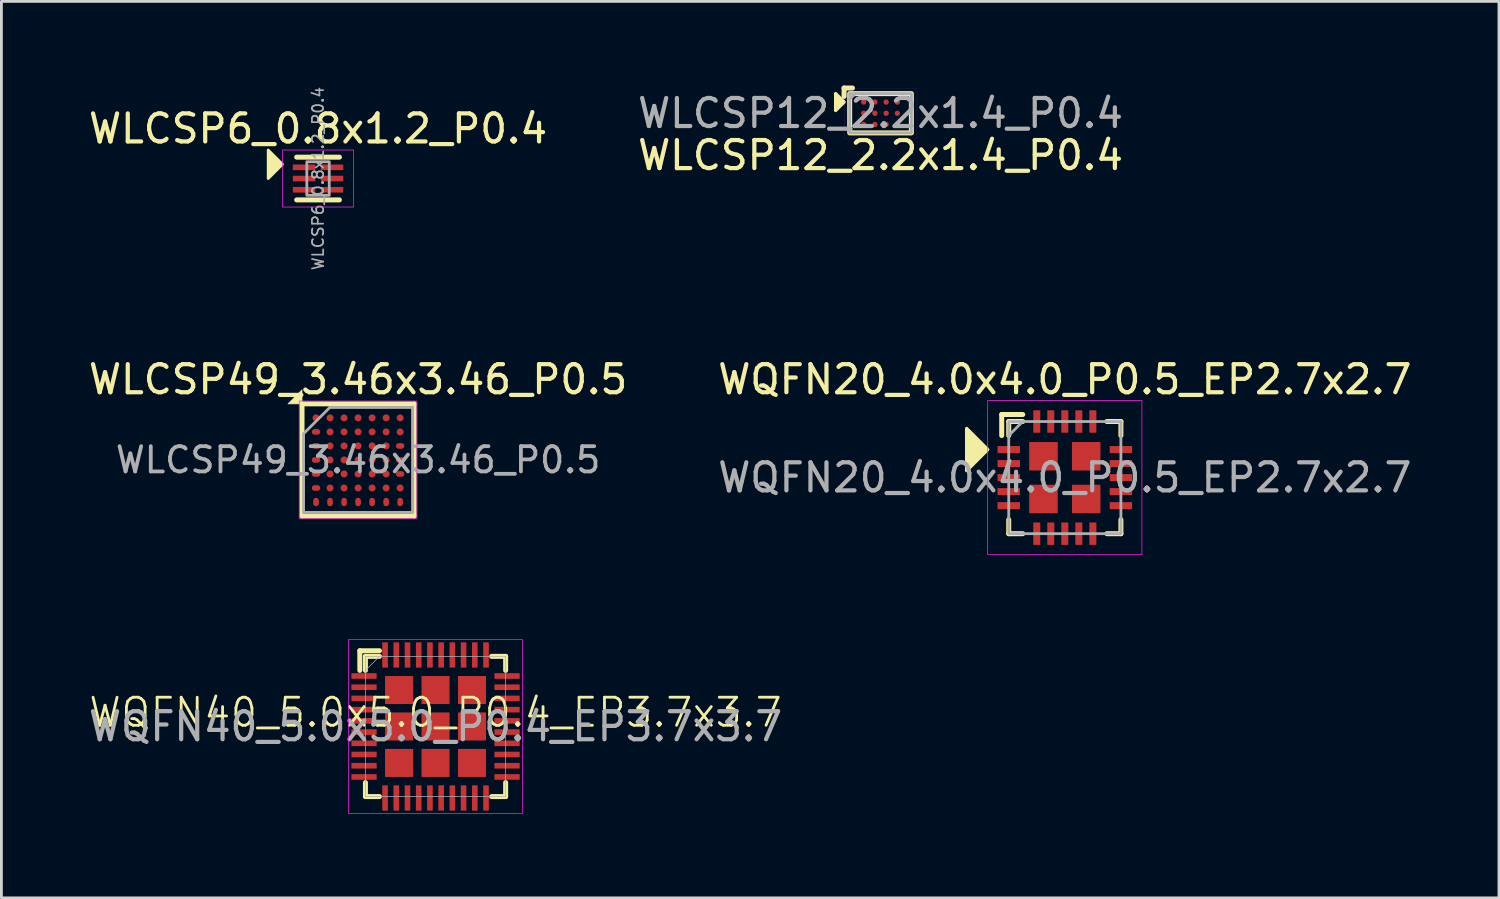
<source format=kicad_pcb>
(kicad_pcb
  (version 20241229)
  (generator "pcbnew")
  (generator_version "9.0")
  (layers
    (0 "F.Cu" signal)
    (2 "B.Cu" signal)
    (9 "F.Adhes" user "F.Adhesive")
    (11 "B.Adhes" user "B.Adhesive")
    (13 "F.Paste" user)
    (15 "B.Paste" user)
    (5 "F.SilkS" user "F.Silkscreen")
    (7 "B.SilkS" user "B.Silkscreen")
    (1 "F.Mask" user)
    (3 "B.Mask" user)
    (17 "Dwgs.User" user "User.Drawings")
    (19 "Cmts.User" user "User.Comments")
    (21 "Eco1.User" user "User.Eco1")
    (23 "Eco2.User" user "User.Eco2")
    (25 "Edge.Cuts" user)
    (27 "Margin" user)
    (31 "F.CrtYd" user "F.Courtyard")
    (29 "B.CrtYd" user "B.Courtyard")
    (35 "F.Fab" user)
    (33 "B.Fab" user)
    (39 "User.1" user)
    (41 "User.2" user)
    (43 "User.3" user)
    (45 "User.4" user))
  (footprint "WLCSP49_3.46x3.46_P0.5"
    (layer "F.Cu")
    (at 9.72 13.352)
    (property "Reference" "WLCSP49_3.46x3.46_P0.5" (at 0 -2.87 0) (layer "F.SilkS") (effects (font (size 1 1) (thickness 0.15))))
    (attr smd)
    (fp_line (start -2 -2) (end 2 -2) (stroke (width 0.178) (type solid)) (layer "F.SilkS"))
    (fp_line (start -2 2) (end -2 -2) (stroke (width 0.178) (type solid)) (layer "F.SilkS"))
    (fp_line (start 2 -2) (end 2 2) (stroke (width 0.178) (type solid)) (layer "F.SilkS"))
    (fp_line (start 2 2) (end -2 2) (stroke (width 0.178) (type solid)) (layer "F.SilkS"))
    (fp_poly (pts (xy -2.5 -2) (xy -2 -2) (xy -2 -2.5)) (stroke (width 0.025) (type solid)) (fill yes) (layer "F.SilkS"))
    (fp_rect (start -2.1 -2.1) (end 2.1 2.1) (stroke (width 0.025) (type solid)) (fill no) (layer "F.CrtYd"))
    (fp_line (start -1.945 -0.935) (end -1.01 -1.87) (stroke (width 0.1) (type solid)) (layer "F.Fab"))
    (fp_line (start -1.945 1.87) (end -1.945 -0.935) (stroke (width 0.1) (type solid)) (layer "F.Fab"))
    (fp_line (start -1.01 -1.87) (end 1.945 -1.87) (stroke (width 0.1) (type solid)) (layer "F.Fab"))
    (fp_line (start 1.945 -1.87) (end 1.945 1.87) (stroke (width 0.1) (type solid)) (layer "F.Fab"))
    (fp_line (start 1.945 1.87) (end -1.945 1.87) (stroke (width 0.1) (type solid)) (layer "F.Fab"))
    (fp_text user "${REFERENCE}" (at 0 0 0) (layer "F.Fab") (effects (font (size 0.9 0.9) (thickness 0.135))))
    (pad "A1" smd circle (at -1.5 -1.5) (size 0.25 0.25) (layers "F.Cu" "F.Mask" "F.Paste"))
    (pad "A2" smd circle (at -1 -1.5) (size 0.25 0.25) (layers "F.Cu" "F.Mask" "F.Paste"))
    (pad "A3" smd circle (at -0.5 -1.5) (size 0.25 0.25) (layers "F.Cu" "F.Mask" "F.Paste"))
    (pad "A4" smd circle (at 0 -1.5) (size 0.25 0.25) (layers "F.Cu" "F.Mask" "F.Paste"))
    (pad "A5" smd circle (at 0.5 -1.5) (size 0.25 0.25) (layers "F.Cu" "F.Mask" "F.Paste"))
    (pad "A6" smd circle (at 1 -1.5) (size 0.25 0.25) (layers "F.Cu" "F.Mask" "F.Paste"))
    (pad "A7" smd circle (at 1.5 -1.5) (size 0.25 0.25) (layers "F.Cu" "F.Mask" "F.Paste"))
    (pad "B1" smd oval (at -1.5 -1) (size 0.3 0.2) (layers "F.Cu" "F.Mask" "F.Paste"))
    (pad "B2" smd circle (at -1 -1) (size 0.25 0.25) (layers "F.Cu" "F.Mask" "F.Paste"))
    (pad "B3" smd circle (at -0.5 -1) (size 0.25 0.25) (layers "F.Cu" "F.Mask" "F.Paste"))
    (pad "B4" smd circle (at 0 -1) (size 0.25 0.25) (layers "F.Cu" "F.Mask" "F.Paste"))
    (pad "B5" smd circle (at 0.5 -1) (size 0.25 0.25) (layers "F.Cu" "F.Mask" "F.Paste"))
    (pad "B6" smd circle (at 1 -1) (size 0.25 0.25) (layers "F.Cu" "F.Mask" "F.Paste"))
    (pad "B7" smd circle (at 1.5 -1) (size 0.25 0.25) (layers "F.Cu" "F.Mask" "F.Paste"))
    (pad "C1" smd oval (at -1.5 -0.5) (size 0.3 0.2) (layers "F.Cu" "F.Mask" "F.Paste"))
    (pad "C2" smd circle (at -1 -0.5) (size 0.25 0.25) (layers "F.Cu" "F.Mask" "F.Paste"))
    (pad "C3" smd circle (at -0.5 -0.5) (size 0.25 0.25) (layers "F.Cu" "F.Mask" "F.Paste"))
    (pad "C4" smd circle (at 0 -0.5) (size 0.25 0.25) (layers "F.Cu" "F.Mask" "F.Paste"))
    (pad "C5" smd circle (at 0.5 -0.5) (size 0.25 0.25) (layers "F.Cu" "F.Mask" "F.Paste"))
    (pad "C6" smd circle (at 1 -0.5) (size 0.25 0.25) (layers "F.Cu" "F.Mask" "F.Paste"))
    (pad "C7" smd oval (at 1.5 -0.5) (size 0.3 0.2) (layers "F.Cu" "F.Mask" "F.Paste"))
    (pad "D1" smd oval (at -1.5 0) (size 0.3 0.2) (layers "F.Cu" "F.Mask" "F.Paste"))
    (pad "D2" smd circle (at -1 0) (size 0.25 0.25) (layers "F.Cu" "F.Mask" "F.Paste"))
    (pad "D3" smd circle (at -0.5 0) (size 0.25 0.25) (layers "F.Cu" "F.Mask" "F.Paste"))
    (pad "D4" smd circle (at 0 0) (size 0.25 0.25) (layers "F.Cu" "F.Mask" "F.Paste"))
    (pad "D5" smd circle (at 0.5 0) (size 0.25 0.25) (layers "F.Cu" "F.Mask" "F.Paste"))
    (pad "D6" smd circle (at 1 0) (size 0.25 0.25) (layers "F.Cu" "F.Mask" "F.Paste"))
    (pad "D7" smd oval (at 1.5 0) (size 0.3 0.2) (layers "F.Cu" "F.Mask" "F.Paste"))
    (pad "E1" smd oval (at -1.5 0.5) (size 0.3 0.2) (layers "F.Cu" "F.Mask" "F.Paste"))
    (pad "E2" smd circle (at -1 0.5) (size 0.25 0.25) (layers "F.Cu" "F.Mask" "F.Paste"))
    (pad "E3" smd circle (at -0.5 0.5) (size 0.25 0.25) (layers "F.Cu" "F.Mask" "F.Paste"))
    (pad "E4" smd circle (at 0 0.5) (size 0.25 0.25) (layers "F.Cu" "F.Mask" "F.Paste"))
    (pad "E5" smd circle (at 0.5 0.5) (size 0.25 0.25) (layers "F.Cu" "F.Mask" "F.Paste"))
    (pad "E6" smd circle (at 1 0.5) (size 0.25 0.25) (layers "F.Cu" "F.Mask" "F.Paste"))
    (pad "E7" smd oval (at 1.5 0.5) (size 0.3 0.2) (layers "F.Cu" "F.Mask" "F.Paste"))
    (pad "F1" smd oval (at -1.5 1) (size 0.3 0.2) (layers "F.Cu" "F.Mask" "F.Paste"))
    (pad "F2" smd circle (at -1 1) (size 0.25 0.25) (layers "F.Cu" "F.Mask" "F.Paste"))
    (pad "F3" smd circle (at -0.5 1) (size 0.25 0.25) (layers "F.Cu" "F.Mask" "F.Paste"))
    (pad "F4" smd circle (at 0 1) (size 0.25 0.25) (layers "F.Cu" "F.Mask" "F.Paste"))
    (pad "F5" smd circle (at 0.5 1) (size 0.25 0.25) (layers "F.Cu" "F.Mask" "F.Paste"))
    (pad "F6" smd circle (at 1 1) (size 0.25 0.25) (layers "F.Cu" "F.Mask" "F.Paste"))
    (pad "F7" smd circle (at 1.5 1) (size 0.25 0.25) (layers "F.Cu" "F.Mask" "F.Paste"))
    (pad "G1" smd oval (at -1.5 1.5) (size 0.2 0.3) (layers "F.Cu" "F.Mask" "F.Paste"))
    (pad "G2" smd oval (at -1 1.5) (size 0.2 0.3) (layers "F.Cu" "F.Mask" "F.Paste"))
    (pad "G3" smd oval (at -0.5 1.5) (size 0.2 0.3) (layers "F.Cu" "F.Mask" "F.Paste"))
    (pad "G4" smd oval (at 0 1.5) (size 0.2 0.3) (layers "F.Cu" "F.Mask" "F.Paste"))
    (pad "G5" smd oval (at 0.5 1.5) (size 0.2 0.3) (layers "F.Cu" "F.Mask" "F.Paste"))
    (pad "G6" smd oval (at 1 1.5) (size 0.2 0.3) (layers "F.Cu" "F.Mask" "F.Paste"))
    (pad "G7" smd oval (at 1.5 1.5) (size 0.2 0.3) (layers "F.Cu" "F.Mask" "F.Paste")))
  (footprint "WQFN40_5.0x5.0_P0.4_EP3.7x3.7"
    (layer "F.Cu")
    (at 12.482 22.857)
    (property "Reference" "WQFN40_5.0x5.0_P0.4_EP3.7x3.7" (at 0 -0.5 0) (unlocked yes) (layer "F.SilkS") (effects (font (size 1 1) (thickness 0.1))))
    (attr smd)
    (fp_line (start -2.7 -2.7) (end -2 -2.7) (stroke (width 0.178) (type default)) (layer "F.SilkS"))
    (fp_line (start -2.7 -2) (end -2.7 -2.7) (stroke (width 0.178) (type default)) (layer "F.SilkS"))
    (fp_line (start -2.5 -2.5) (end -2 -2.5) (stroke (width 0.178) (type default)) (layer "F.SilkS"))
    (fp_line (start -2.5 -2) (end -2.5 -2.5) (stroke (width 0.178) (type default)) (layer "F.SilkS"))
    (fp_line (start -2.5 2.5) (end -2.5 2) (stroke (width 0.178) (type default)) (layer "F.SilkS"))
    (fp_line (start -2 2.5) (end -2.5 2.5) (stroke (width 0.178) (type default)) (layer "F.SilkS"))
    (fp_line (start 2 -2.5) (end 2.5 -2.5) (stroke (width 0.178) (type default)) (layer "F.SilkS"))
    (fp_line (start 2 2.5) (end 2.5 2.5) (stroke (width 0.178) (type default)) (layer "F.SilkS"))
    (fp_line (start 2.5 -2.5) (end 2.5 -2) (stroke (width 0.178) (type default)) (layer "F.SilkS"))
    (fp_line (start 2.5 2.5) (end 2.5 2) (stroke (width 0.178) (type default)) (layer "F.SilkS"))
    (fp_rect (start -3.1 3.1) (end 3.1 -3.1) (stroke (width 0.025) (type default)) (fill no) (layer "F.CrtYd"))
    (fp_line (start -2.5 -2) (end -2 -2.5) (stroke (width 0.025) (type default)) (layer "F.Fab"))
    (fp_rect (start -2.5 2.5) (end 2.5 -2.5) (stroke (width 0.025) (type default)) (fill no) (layer "F.Fab"))
    (fp_text user "${REFERENCE}" (at 0 0 0) (unlocked yes) (layer "F.Fab") (effects (font (size 1 1) (thickness 0.15))))
    (pad "1" smd rect (at -2.55 -1.8) (size 0.9 0.2) (layers "F.Cu" "F.Mask" "F.Paste"))
    (pad "2" smd rect (at -2.55 -1.4) (size 0.9 0.2) (layers "F.Cu" "F.Mask" "F.Paste"))
    (pad "3" smd rect (at -2.55 -1) (size 0.9 0.2) (layers "F.Cu" "F.Mask" "F.Paste"))
    (pad "4" smd rect (at -2.55 -0.6) (size 0.9 0.2) (layers "F.Cu" "F.Mask" "F.Paste"))
    (pad "5" smd rect (at -2.55 -0.2) (size 0.9 0.2) (layers "F.Cu" "F.Mask" "F.Paste"))
    (pad "6" smd rect (at -2.55 0.2) (size 0.9 0.2) (layers "F.Cu" "F.Mask" "F.Paste"))
    (pad "7" smd rect (at -2.55 0.6) (size 0.9 0.2) (layers "F.Cu" "F.Mask" "F.Paste"))
    (pad "8" smd rect (at -2.55 1) (size 0.9 0.2) (layers "F.Cu" "F.Mask" "F.Paste"))
    (pad "9" smd rect (at -2.55 1.4) (size 0.9 0.2) (layers "F.Cu" "F.Mask" "F.Paste"))
    (pad "10" smd rect (at -2.55 1.8) (size 0.9 0.2) (layers "F.Cu" "F.Mask" "F.Paste"))
    (pad "11" smd rect (at -1.8 2.55) (size 0.2 0.9) (layers "F.Cu" "F.Mask" "F.Paste"))
    (pad "12" smd rect (at -1.4 2.55) (size 0.2 0.9) (layers "F.Cu" "F.Mask" "F.Paste"))
    (pad "13" smd rect (at -1 2.55) (size 0.2 0.9) (layers "F.Cu" "F.Mask" "F.Paste"))
    (pad "14" smd rect (at -0.6 2.55) (size 0.2 0.9) (layers "F.Cu" "F.Mask" "F.Paste"))
    (pad "15" smd rect (at -0.2 2.55) (size 0.2 0.9) (layers "F.Cu" "F.Mask" "F.Paste"))
    (pad "16" smd rect (at 0.2 2.55) (size 0.2 0.9) (layers "F.Cu" "F.Mask" "F.Paste"))
    (pad "17" smd rect (at 0.6 2.55) (size 0.2 0.9) (layers "F.Cu" "F.Mask" "F.Paste"))
    (pad "18" smd rect (at 1 2.55) (size 0.2 0.9) (layers "F.Cu" "F.Mask" "F.Paste"))
    (pad "19" smd rect (at 1.4 2.55) (size 0.2 0.9) (layers "F.Cu" "F.Mask" "F.Paste"))
    (pad "20" smd rect (at 1.8 2.55) (size 0.2 0.9) (layers "F.Cu" "F.Mask" "F.Paste"))
    (pad "21" smd rect (at 2.55 1.8) (size 0.9 0.2) (layers "F.Cu" "F.Mask" "F.Paste"))
    (pad "22" smd rect (at 2.55 1.4) (size 0.9 0.2) (layers "F.Cu" "F.Mask" "F.Paste"))
    (pad "23" smd rect (at 2.55 1) (size 0.9 0.2) (layers "F.Cu" "F.Mask" "F.Paste"))
    (pad "24" smd rect (at 2.55 0.6) (size 0.9 0.2) (layers "F.Cu" "F.Mask" "F.Paste"))
    (pad "25" smd rect (at 2.55 0.2) (size 0.9 0.2) (layers "F.Cu" "F.Mask" "F.Paste"))
    (pad "26" smd rect (at 2.55 -0.2) (size 0.9 0.2) (layers "F.Cu" "F.Mask" "F.Paste"))
    (pad "27" smd rect (at 2.55 -0.6) (size 0.9 0.2) (layers "F.Cu" "F.Mask" "F.Paste"))
    (pad "28" smd rect (at 2.55 -1) (size 0.9 0.2) (layers "F.Cu" "F.Mask" "F.Paste"))
    (pad "29" smd rect (at 2.55 -1.4) (size 0.9 0.2) (layers "F.Cu" "F.Mask" "F.Paste"))
    (pad "30" smd rect (at 2.55 -1.8) (size 0.9 0.2) (layers "F.Cu" "F.Mask" "F.Paste"))
    (pad "31" smd rect (at 1.8 -2.55) (size 0.2 0.9) (layers "F.Cu" "F.Mask" "F.Paste"))
    (pad "32" smd rect (at 1.4 -2.55) (size 0.2 0.9) (layers "F.Cu" "F.Mask" "F.Paste"))
    (pad "33" smd rect (at 1 -2.55) (size 0.2 0.9) (layers "F.Cu" "F.Mask" "F.Paste"))
    (pad "34" smd rect (at 0.6 -2.55) (size 0.2 0.9) (layers "F.Cu" "F.Mask" "F.Paste"))
    (pad "35" smd rect (at 0.2 -2.55) (size 0.2 0.9) (layers "F.Cu" "F.Mask" "F.Paste"))
    (pad "36" smd rect (at -0.2 -2.55) (size 0.2 0.9) (layers "F.Cu" "F.Mask" "F.Paste"))
    (pad "37" smd rect (at -0.6 -2.55) (size 0.2 0.9) (layers "F.Cu" "F.Mask" "F.Paste"))
    (pad "38" smd rect (at -1 -2.55) (size 0.2 0.9) (layers "F.Cu" "F.Mask" "F.Paste"))
    (pad "39" smd rect (at -1.4 -2.55) (size 0.2 0.9) (layers "F.Cu" "F.Mask" "F.Paste"))
    (pad "40" smd rect (at -1.8 -2.55) (size 0.2 0.9) (layers "F.Cu" "F.Mask" "F.Paste"))
    (pad "41" smd rect (at -1.3 -1.3) (size 1 1) (layers "F.Cu" "F.Mask" "F.Paste"))
    (pad "41" smd rect (at -1.3 0) (size 1 1) (layers "F.Cu" "F.Mask" "F.Paste"))
    (pad "41" smd rect (at -1.3 1.3) (size 1 1) (layers "F.Cu" "F.Mask" "F.Paste"))
    (pad "41" smd rect (at 0 -1.3) (size 1 1) (layers "F.Cu" "F.Mask" "F.Paste"))
    (pad "41" smd rect (at 0 0) (size 1 1) (layers "F.Cu" "F.Mask" "F.Paste"))
    (pad "41" smd rect (at 0 1.3) (size 1 1) (layers "F.Cu" "F.Mask" "F.Paste"))
    (pad "41" smd rect (at 1.3 -1.3) (size 1 1) (layers "F.Cu" "F.Mask" "F.Paste"))
    (pad "41" smd rect (at 1.3 0) (size 1 1) (layers "F.Cu" "F.Mask" "F.Paste"))
    (pad "41" smd rect (at 1.3 1.3) (size 1 1) (layers "F.Cu" "F.Mask" "F.Paste")))
  (footprint "WQFN20_4.0x4.0_P0.5_EP2.7x2.7"
    (layer "F.Cu")
    (at 34.923 13.982)
    (property "Reference" "WQFN20_4.0x4.0_P0.5_EP2.7x2.7" (at 0 -3.5 0) (unlocked yes) (layer "F.SilkS") (effects (font (size 1 1) (thickness 0.15))))
    (attr smd)
    (fp_line (start -2.25 -2.25) (end -1.5 -2.25) (stroke (width 0.178) (type solid)) (layer "F.SilkS"))
    (fp_line (start -2.25 -1.5) (end -2.25 -2.25) (stroke (width 0.178) (type solid)) (layer "F.SilkS"))
    (fp_line (start -2 -2) (end -2 -1.5) (stroke (width 0.178) (type solid)) (layer "F.SilkS"))
    (fp_line (start -2 1.5) (end -2 2) (stroke (width 0.178) (type solid)) (layer "F.SilkS"))
    (fp_line (start -2 2) (end -1.5 2) (stroke (width 0.178) (type solid)) (layer "F.SilkS"))
    (fp_line (start -1.5 -2) (end -2 -2) (stroke (width 0.178) (type solid)) (layer "F.SilkS"))
    (fp_line (start 1.5 -2) (end 2 -2) (stroke (width 0.178) (type solid)) (layer "F.SilkS"))
    (fp_line (start 1.5 2) (end 2 2) (stroke (width 0.178) (type solid)) (layer "F.SilkS"))
    (fp_line (start 2 -2) (end 2 -1.5) (stroke (width 0.178) (type solid)) (layer "F.SilkS"))
    (fp_line (start 2 2) (end 2 1.5) (stroke (width 0.178) (type solid)) (layer "F.SilkS"))
    (fp_poly (pts (xy -2.75 -1) (xy -3.5 -0.25) (xy -3.5 -1.75)) (stroke (width 0.12) (type solid)) (fill yes) (layer "F.SilkS"))
    (fp_rect (start -2.75 -2.75) (end 2.75 2.75) (stroke (width 0.025) (type solid)) (fill no) (layer "F.CrtYd"))
    (fp_line (start -2 -1.5) (end -1.5 -2) (stroke (width 0.1) (type solid)) (layer "F.Fab"))
    (fp_rect (start -2 -2) (end 2 2) (stroke (width 0.1) (type solid)) (fill no) (layer "F.Fab"))
    (fp_text user "${REFERENCE}" (at 0 0 0) (unlocked yes) (layer "F.Fab") (effects (font (size 1 1) (thickness 0.15))))
    (pad "1" smd rect (at -2 -1) (size 0.8 0.25) (layers "F.Cu" "F.Mask" "F.Paste"))
    (pad "2" smd rect (at -2 -0.5) (size 0.8 0.25) (layers "F.Cu" "F.Mask" "F.Paste"))
    (pad "3" smd rect (at -2 0) (size 0.8 0.25) (layers "F.Cu" "F.Mask" "F.Paste"))
    (pad "4" smd rect (at -2 0.5) (size 0.8 0.25) (layers "F.Cu" "F.Mask" "F.Paste"))
    (pad "5" smd rect (at -2 1) (size 0.8 0.25) (layers "F.Cu" "F.Mask" "F.Paste"))
    (pad "6" smd rect (at -1 2 90) (size 0.8 0.25) (layers "F.Cu" "F.Mask" "F.Paste"))
    (pad "7" smd rect (at -0.5 2 90) (size 0.8 0.25) (layers "F.Cu" "F.Mask" "F.Paste"))
    (pad "8" smd rect (at 0 2 90) (size 0.8 0.25) (layers "F.Cu" "F.Mask" "F.Paste"))
    (pad "9" smd rect (at 0.5 2 90) (size 0.8 0.25) (layers "F.Cu" "F.Mask" "F.Paste"))
    (pad "10" smd rect (at 1 2 90) (size 0.8 0.25) (layers "F.Cu" "F.Mask" "F.Paste"))
    (pad "11" smd rect (at 2 1) (size 0.8 0.25) (layers "F.Cu" "F.Mask" "F.Paste"))
    (pad "12" smd rect (at 2 0.5) (size 0.8 0.25) (layers "F.Cu" "F.Mask" "F.Paste"))
    (pad "13" smd rect (at 2 0) (size 0.8 0.25) (layers "F.Cu" "F.Mask" "F.Paste"))
    (pad "14" smd rect (at 2 -0.5) (size 0.8 0.25) (layers "F.Cu" "F.Mask" "F.Paste"))
    (pad "15" smd rect (at 2 -1) (size 0.8 0.25) (layers "F.Cu" "F.Mask" "F.Paste"))
    (pad "16" smd rect (at 1 -2 90) (size 0.8 0.25) (layers "F.Cu" "F.Mask" "F.Paste"))
    (pad "17" smd rect (at 0.5 -2 90) (size 0.8 0.25) (layers "F.Cu" "F.Mask" "F.Paste"))
    (pad "18" smd rect (at 0 -2 90) (size 0.8 0.25) (layers "F.Cu" "F.Mask" "F.Paste"))
    (pad "19" smd rect (at -0.5 -2 90) (size 0.8 0.25) (layers "F.Cu" "F.Mask" "F.Paste"))
    (pad "20" smd rect (at -1 -2 90) (size 0.8 0.25) (layers "F.Cu" "F.Mask" "F.Paste"))
    (pad "21" smd rect (at -0.762 -0.762 90) (size 1.016 1.016) (layers "F.Cu" "F.Mask" "F.Paste"))
    (pad "21" smd rect (at -0.762 0.762 90) (size 1.016 1.016) (layers "F.Cu" "F.Mask" "F.Paste"))
    (pad "21" smd rect (at 0.762 -0.762 90) (size 1.016 1.016) (layers "F.Cu" "F.Mask" "F.Paste"))
    (pad "21" smd rect (at 0.762 0.762 90) (size 1.016 1.016) (layers "F.Cu" "F.Mask" "F.Paste")))
  (footprint "WLCSP6_0.8x1.2_P0.4"
    (layer "F.Cu")
    (at 8.292 3.317)
    (property "Reference" "WLCSP6_0.8x1.2_P0.4" (at 0 -1.778 0) (layer "F.SilkS") (effects (font (size 1 1) (thickness 0.15))))
    (attr smd)
    (fp_line (start -0.762 0.762) (end 0.762 0.762) (stroke (width 0.178) (type solid)) (layer "F.SilkS"))
    (fp_line (start 0.762 -0.762) (end -0.762 -0.762) (stroke (width 0.178) (type solid)) (layer "F.SilkS"))
    (fp_poly (pts (xy -1.27 -0.508) (xy -1.778 0) (xy -1.778 -1.016)) (stroke (width 0.1) (type solid)) (fill yes) (layer "F.SilkS"))
    (fp_rect (start -1.27 -1.016) (end 1.27 1.016) (stroke (width 0.025) (type solid)) (fill no) (layer "F.CrtYd"))
    (fp_rect (start -0.4 -0.6) (end 0.4 0.6) (stroke (width 0.1) (type solid)) (fill no) (layer "F.Fab"))
    (fp_text user "${REFERENCE}" (at 0 0 90) (layer "F.Fab") (effects (font (size 0.4 0.4) (thickness 0.06))))
    (pad "A1" smd rect (at -0.5 -0.4) (size 0.8 0.2) (layers "F.Cu" "F.Mask" "F.Paste"))
    (pad "A2" smd rect (at 0.5 -0.4) (size 0.8 0.2) (layers "F.Cu" "F.Mask" "F.Paste"))
    (pad "B1" smd rect (at -0.5 0) (size 0.8 0.2) (layers "F.Cu" "F.Mask" "F.Paste"))
    (pad "B2" smd rect (at 0.5 0) (size 0.8 0.2) (layers "F.Cu" "F.Mask" "F.Paste"))
    (pad "C1" smd rect (at -0.5 0.4) (size 0.8 0.2) (layers "F.Cu" "F.Mask" "F.Paste"))
    (pad "C2" smd rect (at 0.5 0.4) (size 0.8 0.2) (layers "F.Cu" "F.Mask" "F.Paste")))
  (footprint "WLCSP12_2.2x1.4_P0.4"
    (layer "F.Cu")
    (at 28.351 0.989)
    (property "Reference" "WLCSP12_2.2x1.4_P0.4" (at 0 1.5 0) (unlocked yes) (layer "F.SilkS") (effects (font (size 1 1) (thickness 0.15))))
    (attr smd)
    (fp_line (start -1.3 -0.9) (end -1.3 -0.6) (stroke (width 0.178) (type solid)) (layer "F.SilkS"))
    (fp_line (start -1 -0.9) (end -1.3 -0.9) (stroke (width 0.178) (type solid)) (layer "F.SilkS"))
    (fp_rect (start -1.1 -0.7) (end 1.1 0.7) (stroke (width 0.178) (type solid)) (fill no) (layer "F.SilkS"))
    (fp_poly (pts (xy -1.3 -0.4) (xy -1.6 -0.1) (xy -1.6 -0.7)) (stroke (width 0.12) (type solid)) (fill yes) (layer "F.SilkS"))
    (fp_rect (start -1.3 -0.9) (end 1.3 0.9) (stroke (width 0.003) (type solid)) (fill no) (layer "F.CrtYd"))
    (fp_line (start -1.1 -0.5) (end -0.9 -0.7) (stroke (width 0.1) (type solid)) (layer "F.Fab"))
    (fp_rect (start -1.1 -0.7) (end 1.1 0.7) (stroke (width 0.1) (type solid)) (fill no) (layer "F.Fab"))
    (fp_text user "${REFERENCE}" (at 0 0 0) (unlocked yes) (layer "F.Fab") (effects (font (size 1 1) (thickness 0.15))))
    (pad "A1" smd circle (at -0.6 -0.4) (size 0.19 0.19) (layers "F.Cu" "F.Mask" "F.Paste"))
    (pad "A2" smd circle (at -0.2 -0.4) (size 0.19 0.19) (layers "F.Cu" "F.Mask" "F.Paste"))
    (pad "A3" smd circle (at 0.2 -0.4) (size 0.19 0.19) (layers "F.Cu" "F.Mask" "F.Paste"))
    (pad "A4" smd circle (at 0.6 -0.4) (size 0.19 0.19) (layers "F.Cu" "F.Mask" "F.Paste"))
    (pad "B1" smd circle (at -0.6 0) (size 0.19 0.19) (layers "F.Cu" "F.Mask" "F.Paste"))
    (pad "B2" smd circle (at -0.2 0) (size 0.19 0.19) (layers "F.Cu" "F.Mask" "F.Paste"))
    (pad "B3" smd circle (at 0.2 0) (size 0.19 0.19) (layers "F.Cu" "F.Mask" "F.Paste"))
    (pad "B4" smd circle (at 0.6 0) (size 0.19 0.19) (layers "F.Cu" "F.Mask" "F.Paste"))
    (pad "C1" smd circle (at -0.6 0.4) (size 0.19 0.19) (layers "F.Cu" "F.Mask" "F.Paste"))
    (pad "C2" smd circle (at -0.2 0.4) (size 0.19 0.19) (layers "F.Cu" "F.Mask" "F.Paste"))
    (pad "C3" smd circle (at 0.2 0.4) (size 0.19 0.19) (layers "F.Cu" "F.Mask" "F.Paste"))
    (pad "C4" smd circle (at 0.6 0.4) (size 0.19 0.19) (layers "F.Cu" "F.Mask" "F.Paste")))
  (gr_rect
    (start -3 -3)
    (end 50.405 28.97)
    (stroke (width 0.1) (type default))
    (fill no)
    (layer "Edge.Cuts")))
</source>
